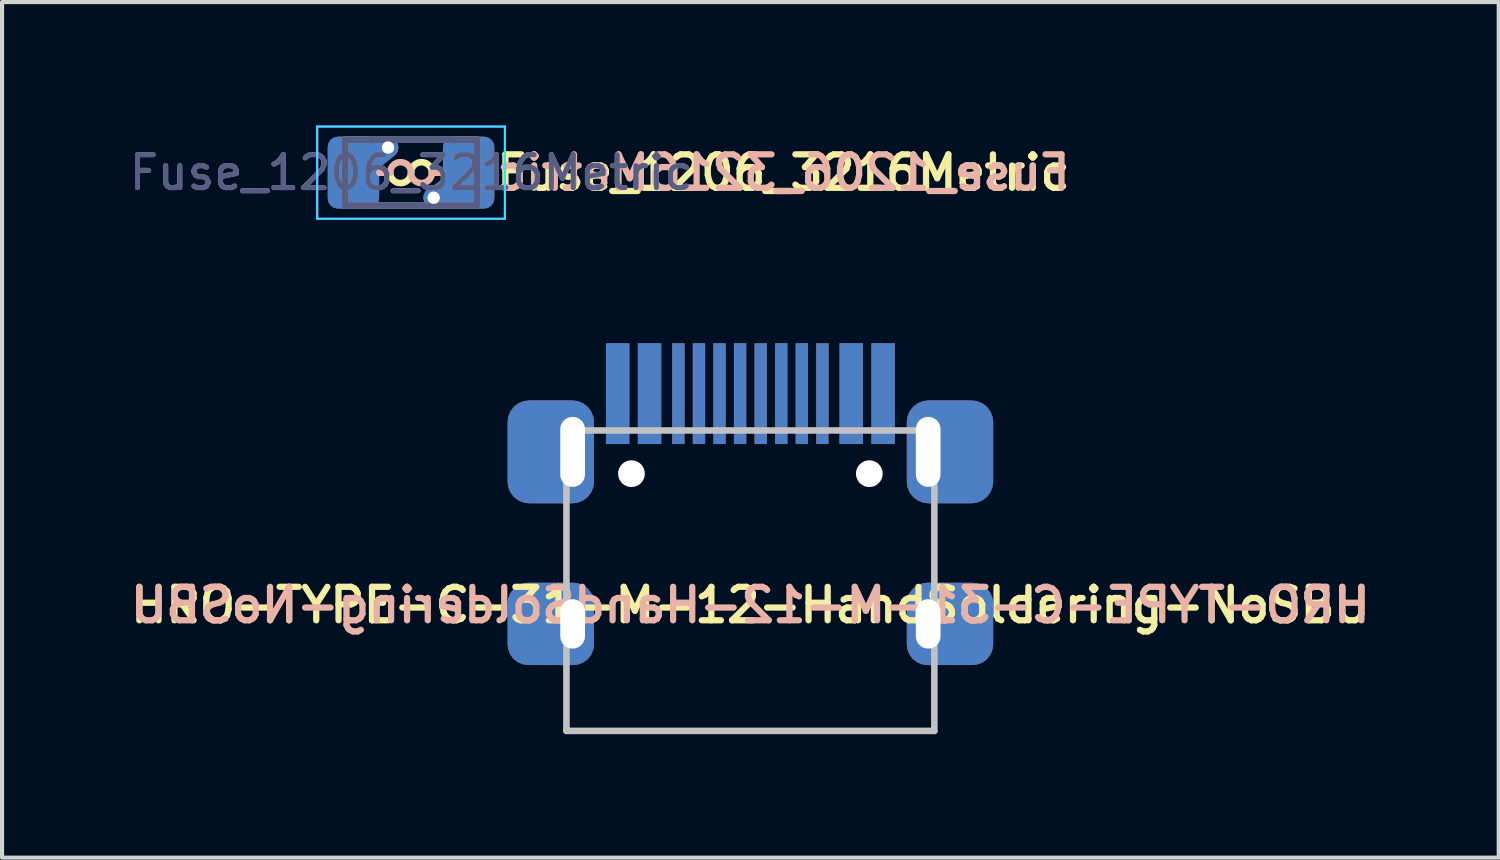
<source format=kicad_pcb>
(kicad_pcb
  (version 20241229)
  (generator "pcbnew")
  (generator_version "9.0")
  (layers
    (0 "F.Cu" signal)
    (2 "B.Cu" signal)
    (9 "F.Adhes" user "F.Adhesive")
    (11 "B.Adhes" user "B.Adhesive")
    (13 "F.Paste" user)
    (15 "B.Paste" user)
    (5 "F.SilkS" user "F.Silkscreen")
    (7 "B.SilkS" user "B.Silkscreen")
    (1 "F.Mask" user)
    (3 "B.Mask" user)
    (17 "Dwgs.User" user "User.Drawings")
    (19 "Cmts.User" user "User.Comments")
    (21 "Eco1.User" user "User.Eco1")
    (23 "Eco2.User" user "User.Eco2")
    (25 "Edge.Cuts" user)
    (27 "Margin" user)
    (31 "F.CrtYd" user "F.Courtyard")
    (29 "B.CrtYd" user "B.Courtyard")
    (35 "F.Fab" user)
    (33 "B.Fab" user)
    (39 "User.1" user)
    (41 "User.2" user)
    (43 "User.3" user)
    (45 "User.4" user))
  (footprint "HRO-TYPE-C-31-M-12-HandSoldering-NoSBU"
    (layer "F.Cu")
    (at 15.184 10.71)
    (property "Reference" "HRO-TYPE-C-31-M-12-HandSoldering-NoSBU" (at 0 0.944 0) (layer "F.SilkS") (effects (font (size 0.813 0.813) (thickness 0.152))))
    (attr smd)
    (fp_line (start -4.47 -3.3) (end 4.47 -3.3) (stroke (width 0.16) (type solid)) (layer "Dwgs.User"))
    (fp_line (start -4.47 4) (end -4.47 -3.3) (stroke (width 0.16) (type solid)) (layer "Dwgs.User"))
    (fp_line (start -4.47 4) (end 4.47 4) (stroke (width 0.16) (type solid)) (layer "Dwgs.User"))
    (fp_line (start 4.47 4) (end 4.47 -3.3) (stroke (width 0.16) (type solid)) (layer "Dwgs.User"))
    (fp_text user "${REFERENCE}" (at 0 0.944 0) (layer "B.SilkS") (effects (font (size 0.813 0.813) (thickness 0.152)) (justify mirror)))
    (pad "" np_thru_hole circle (at -2.89 -2.25) (size 0.65 0.65) (drill 0.65) (layers "*.Cu" "*.Mask"))
    (pad "" np_thru_hole circle (at 2.89 -2.25) (size 0.65 0.65) (drill 0.65) (layers "*.Cu" "*.Mask"))
    (pad "A1" smd rect (at -3.225 -4.195) (size 0.57 2.45) (layers "F.Cu" "F.Mask" "F.Paste"))
    (pad "A1" smd rect (at 3.225 -4.195) (size 0.57 2.45) (layers "B.Cu" "B.Mask" "B.Paste"))
    (pad "A4" smd rect (at -2.45 -4.195) (size 0.57 2.45) (layers "F.Cu" "F.Mask" "F.Paste"))
    (pad "A4" smd rect (at 2.45 -4.195) (size 0.57 2.45) (layers "B.Cu" "B.Mask" "B.Paste"))
    (pad "A5" smd rect (at -1.25 -4.195) (size 0.3 2.45) (layers "F.Cu" "F.Mask" "F.Paste"))
    (pad "A5" smd rect (at 1.25 -4.195) (size 0.3 2.45) (layers "B.Cu" "B.Mask" "B.Paste"))
    (pad "A6" smd rect (at -0.25 -4.195) (size 0.3 2.45) (layers "F.Cu" "F.Mask" "F.Paste"))
    (pad "A6" smd rect (at 0.25 -4.195) (size 0.3 2.45) (layers "B.Cu" "B.Mask" "B.Paste"))
    (pad "A7" smd rect (at -0.25 -4.195) (size 0.3 2.45) (layers "B.Cu" "B.Mask" "B.Paste"))
    (pad "A7" smd rect (at 0.25 -4.195) (size 0.3 2.45) (layers "F.Cu" "F.Mask" "F.Paste"))
    (pad "B1" smd rect (at -3.225 -4.195) (size 0.57 2.45) (layers "B.Cu" "B.Mask" "B.Paste"))
    (pad "B1" smd rect (at 3.225 -4.195) (size 0.57 2.45) (layers "F.Cu" "F.Mask" "F.Paste"))
    (pad "B4" smd rect (at -2.45 -4.195) (size 0.57 2.45) (layers "B.Cu" "B.Mask" "B.Paste"))
    (pad "B4" smd rect (at 2.45 -4.195) (size 0.57 2.45) (layers "F.Cu" "F.Mask" "F.Paste"))
    (pad "B5" smd rect (at -1.75 -4.195) (size 0.3 2.45) (layers "B.Cu" "B.Mask" "B.Paste"))
    (pad "B5" smd rect (at 1.75 -4.195) (size 0.3 2.45) (layers "F.Cu" "F.Mask" "F.Paste"))
    (pad "B6" smd rect (at -0.75 -4.195) (size 0.3 2.45) (layers "B.Cu" "B.Mask" "B.Paste"))
    (pad "B6" smd rect (at 0.75 -4.195) (size 0.3 2.45) (layers "F.Cu" "F.Mask" "F.Paste"))
    (pad "B7" smd rect (at -0.75 -4.195) (size 0.3 2.45) (layers "F.Cu" "F.Mask" "F.Paste"))
    (pad "B7" smd rect (at 0.75 -4.195) (size 0.3 2.45) (layers "B.Cu" "B.Mask" "B.Paste"))
    (pad "S1" smd roundrect (at -4.85 -2.78) (size 2.1 2.5) (layers "F.Cu" "F.Mask") (roundrect_rratio 0.25))
    (pad "S1" smd roundrect (at -4.85 -2.78) (size 2.1 2.5) (layers "B.Cu" "B.Mask") (roundrect_rratio 0.25))
    (pad "S1" smd roundrect (at -4.85 1.4) (size 2.1 2) (layers "F.Cu" "F.Mask") (roundrect_rratio 0.25))
    (pad "S1" smd roundrect (at -4.85 1.4) (size 2.1 2) (layers "B.Cu" "B.Mask") (roundrect_rratio 0.25))
    (pad "S1" thru_hole oval (at -4.32 -2.78) (size 1 2.1) (drill oval 0.6 1.7) (layers "*.Cu" "*.Mask"))
    (pad "S1" thru_hole oval (at -4.32 1.4) (size 1 1.6) (drill oval 0.6 1.2) (layers "*.Cu" "*.Mask"))
    (pad "S1" thru_hole oval (at 4.32 -2.78) (size 1 2.1) (drill oval 0.6 1.7) (layers "*.Cu" "*.Mask"))
    (pad "S1" thru_hole oval (at 4.32 1.4) (size 1 1.6) (drill oval 0.6 1.2) (layers "*.Cu" "*.Mask"))
    (pad "S1" smd roundrect (at 4.85 -2.78) (size 2.1 2.5) (layers "F.Cu" "F.Mask") (roundrect_rratio 0.25))
    (pad "S1" smd roundrect (at 4.85 -2.78) (size 2.1 2.5) (layers "B.Cu" "B.Mask") (roundrect_rratio 0.25))
    (pad "S1" smd roundrect (at 4.85 1.4) (size 2.1 2) (layers "F.Cu" "F.Mask") (roundrect_rratio 0.25))
    (pad "S1" smd roundrect (at 4.85 1.4) (size 2.1 2) (layers "B.Cu" "B.Mask") (roundrect_rratio 0.25))
    (pad "~" smd rect (at -1.75 -4.195) (size 0.3 2.45) (layers "F.Cu" "F.Mask" "F.Paste"))
    (pad "~" smd rect (at -1.25 -4.195) (size 0.3 2.45) (layers "B.Cu" "B.Mask" "B.Paste"))
    (pad "~" smd rect (at 1.25 -4.195) (size 0.3 2.45) (layers "F.Cu" "F.Mask" "F.Paste"))
    (pad "~" smd rect (at 1.75 -4.195) (size 0.3 2.45) (layers "B.Cu" "B.Mask" "B.Paste")))
  (footprint "Fuse_1206_3216Metric"
    (layer "F.Cu")
    (at 6.938 1.145)
    (property "Reference" "Fuse_1206_3216Metric" (at 2 0 0) (layer "F.SilkS") (effects (font (size 0.813 0.813) (thickness 0.152)) (justify left)))
    (attr smd)
    (fp_line (start -0.508 0) (end -0.762 0) (stroke (width 0.16) (type solid)) (layer "F.SilkS"))
    (fp_line (start 0.508 0) (end 0.762 0) (stroke (width 0.16) (type solid)) (layer "F.SilkS"))
    (fp_arc (start 0 0) (mid -0.254 0.254) (end -0.508 0) (stroke (width 0.16) (type solid)) (layer "F.SilkS"))
    (fp_arc (start 0 0) (mid 0.254 -0.254) (end 0.508 0) (stroke (width 0.16) (type solid)) (layer "F.SilkS"))
    (fp_line (start -0.508 0) (end -0.762 0) (stroke (width 0.16) (type solid)) (layer "B.SilkS"))
    (fp_line (start 0.508 0) (end 0.762 0) (stroke (width 0.16) (type solid)) (layer "B.SilkS"))
    (fp_arc (start -0.508 0) (mid -0.254 -0.254) (end 0 0) (stroke (width 0.16) (type solid)) (layer "B.SilkS"))
    (fp_arc (start 0.508 0) (mid 0.254 0.254) (end 0 0) (stroke (width 0.16) (type solid)) (layer "B.SilkS"))
    (fp_line (start -2.28 -1.12) (end 2.28 -1.12) (stroke (width 0.05) (type solid)) (layer "B.CrtYd"))
    (fp_line (start -2.28 1.12) (end -2.28 -1.12) (stroke (width 0.05) (type solid)) (layer "B.CrtYd"))
    (fp_line (start 2.28 -1.12) (end 2.28 1.12) (stroke (width 0.05) (type solid)) (layer "B.CrtYd"))
    (fp_line (start 2.28 1.12) (end -2.28 1.12) (stroke (width 0.05) (type solid)) (layer "B.CrtYd"))
    (fp_line (start -2.28 -1.12) (end 2.28 -1.12) (stroke (width 0.05) (type solid)) (layer "F.CrtYd"))
    (fp_line (start -2.28 1.12) (end -2.28 -1.12) (stroke (width 0.05) (type solid)) (layer "F.CrtYd"))
    (fp_line (start 2.28 -1.12) (end 2.28 1.12) (stroke (width 0.05) (type solid)) (layer "F.CrtYd"))
    (fp_line (start 2.28 1.12) (end -2.28 1.12) (stroke (width 0.05) (type solid)) (layer "F.CrtYd"))
    (fp_line (start -1.6 -0.8) (end 1.6 -0.8) (stroke (width 0.16) (type solid)) (layer "B.Fab"))
    (fp_line (start -1.6 0.8) (end -1.6 -0.8) (stroke (width 0.16) (type solid)) (layer "B.Fab"))
    (fp_line (start 1.6 -0.8) (end 1.6 0.8) (stroke (width 0.16) (type solid)) (layer "B.Fab"))
    (fp_line (start 1.6 0.8) (end -1.6 0.8) (stroke (width 0.16) (type solid)) (layer "B.Fab"))
    (fp_line (start -1.6 -0.8) (end 1.6 -0.8) (stroke (width 0.16) (type solid)) (layer "F.Fab"))
    (fp_line (start -1.6 0.8) (end -1.6 -0.8) (stroke (width 0.16) (type solid)) (layer "F.Fab"))
    (fp_line (start 1.6 -0.8) (end 1.6 0.8) (stroke (width 0.16) (type solid)) (layer "F.Fab"))
    (fp_line (start 1.6 0.8) (end -1.6 0.8) (stroke (width 0.16) (type solid)) (layer "F.Fab"))
    (fp_text user "${REFERENCE}" (at 2 0 0) (layer "B.SilkS") (effects (font (size 0.813 0.813) (thickness 0.152)) (justify right mirror)))
    (fp_text user "${REFERENCE}" (at 0 0 0) (layer "B.Fab") (effects (font (size 0.8 0.8) (thickness 0.12))))
    (fp_text user "${REFERENCE}" (at 0 0 0) (layer "F.Fab") (effects (font (size 0.8 0.8) (thickness 0.12))))
    (pad "1" smd custom (at -1.4 0) (size 0.01 0.01) (layers "F.Cu") (options (anchor circle)) (primitives (gr_line (start 0.841 -0.61) (end 0.028 0.051) (width 0.5))))
    (pad "1" smd custom (at -1.4 0) (size 0.01 0.01) (layers "B.Cu") (options (anchor circle)) (primitives (gr_line (start 0.841 -0.61) (end 0.028 0.051) (width 0.5))))
    (pad "1" smd roundrect (at -1.4 0) (size 1.25 1.75) (layers "F.Cu" "F.Mask" "F.Paste") (roundrect_rratio 0.2))
    (pad "1" smd roundrect (at -1.4 0) (size 1.25 1.75) (layers "B.Cu" "B.Mask" "B.Paste") (roundrect_rratio 0.2))
    (pad "1" thru_hole circle (at -0.559 -0.61) (size 0.5 0.5) (drill 0.3) (layers "*.Cu"))
    (pad "2" thru_hole circle (at 0.55 0.61) (size 0.5 0.5) (drill 0.3) (layers "*.Cu"))
    (pad "2" smd custom (at 1.4 0) (size 0.01 0.01) (layers "F.Cu") (options (anchor circle)) (primitives (gr_line (start -0.841 0.61) (end 0.022 0) (width 0.5))))
    (pad "2" smd custom (at 1.4 0) (size 0.01 0.01) (layers "B.Cu") (options (anchor circle)) (primitives (gr_line (start -0.841 0.61) (end 0.022 0) (width 0.5))))
    (pad "2" smd roundrect (at 1.4 0) (size 1.25 1.75) (layers "F.Cu" "F.Mask" "F.Paste") (roundrect_rratio 0.2))
    (pad "2" smd roundrect (at 1.4 0) (size 1.25 1.75) (layers "B.Cu" "B.Mask" "B.Paste") (roundrect_rratio 0.2)))
  (gr_rect
    (start -3 -3)
    (end 33.368 17.79)
    (stroke (width 0.1) (type default))
    (fill no)
    (layer "Edge.Cuts")))
</source>
